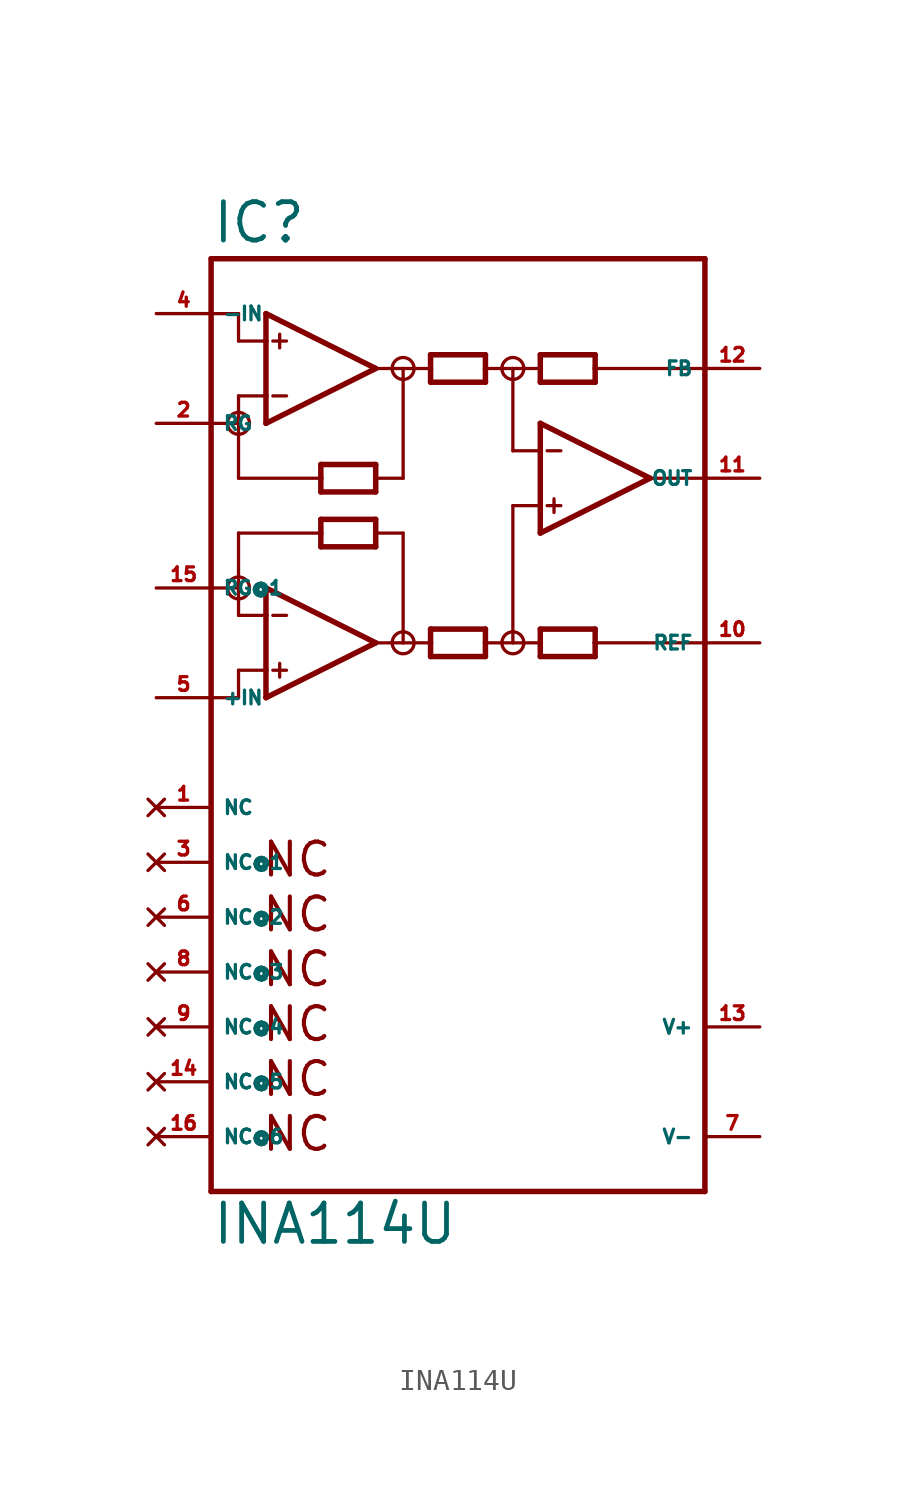
<source format=kicad_sym>
(kicad_symbol_lib
  (version 20220914)
  (generator Eagle2Kicad)
  (symbol "INA114U"
    (property "Reference" "IC"
      (at -10.16 23.495 0)
      (effects (font (size 1.778 1.778) (thickness 0.22)) (justify left bottom)))
    (property "Value" "INA114U"
      (at -10.16 -22.86 0)
      (effects (font (size 1.778 1.778) (thickness 0.22)) (justify left bottom)))
    (polyline
      (pts (xy -7.62 15.24) (xy -7.62 16.51))
      (stroke (width 0.254) (type default))
      (fill (type none)))
    (polyline
      (pts (xy -7.62 16.51) (xy -7.62 19.05))
      (stroke (width 0.254) (type default))
      (fill (type none)))
    (polyline
      (pts (xy -7.62 19.05) (xy -7.62 20.32))
      (stroke (width 0.254) (type default))
      (fill (type none)))
    (polyline
      (pts (xy -7.62 20.32) (xy -2.54 17.78))
      (stroke (width 0.254) (type default))
      (fill (type none)))
    (polyline
      (pts (xy -2.54 17.78) (xy -7.62 15.24))
      (stroke (width 0.254) (type default))
      (fill (type none)))
    (polyline
      (pts (xy -2.54 12.065) (xy -2.54 12.7))
      (stroke (width 0.254) (type default))
      (fill (type none)))
    (polyline
      (pts (xy -2.54 12.7) (xy -2.54 13.335))
      (stroke (width 0.254) (type default))
      (fill (type none)))
    (polyline
      (pts (xy -2.54 13.335) (xy -5.08 13.335))
      (stroke (width 0.254) (type default))
      (fill (type none)))
    (polyline
      (pts (xy -5.08 13.335) (xy -5.08 12.7))
      (stroke (width 0.254) (type default))
      (fill (type none)))
    (polyline
      (pts (xy -5.08 12.7) (xy -5.08 12.065))
      (stroke (width 0.254) (type default))
      (fill (type none)))
    (polyline
      (pts (xy -5.08 12.065) (xy -2.54 12.065))
      (stroke (width 0.254) (type default))
      (fill (type none)))
    (polyline
      (pts (xy 0 17.145) (xy 0 17.78))
      (stroke (width 0.254) (type default))
      (fill (type none)))
    (polyline
      (pts (xy 0 17.78) (xy 0 18.415))
      (stroke (width 0.254) (type default))
      (fill (type none)))
    (polyline
      (pts (xy 0 18.415) (xy 2.54 18.415))
      (stroke (width 0.254) (type default))
      (fill (type none)))
    (polyline
      (pts (xy 2.54 18.415) (xy 2.54 17.78))
      (stroke (width 0.254) (type default))
      (fill (type none)))
    (polyline
      (pts (xy 2.54 17.78) (xy 2.54 17.145))
      (stroke (width 0.254) (type default))
      (fill (type none)))
    (polyline
      (pts (xy 2.54 17.145) (xy 0 17.145))
      (stroke (width 0.254) (type default))
      (fill (type none)))
    (polyline
      (pts (xy -7.62 19.05) (xy -8.89 19.05))
      (stroke (width 0.152) (type default))
      (fill (type none)))
    (polyline
      (pts (xy 7.62 18.415) (xy 7.62 17.78))
      (stroke (width 0.254) (type default))
      (fill (type none)))
    (polyline
      (pts (xy 7.62 17.78) (xy 7.62 17.145))
      (stroke (width 0.254) (type default))
      (fill (type none)))
    (polyline
      (pts (xy 7.62 17.145) (xy 5.08 17.145))
      (stroke (width 0.254) (type default))
      (fill (type none)))
    (polyline
      (pts (xy 5.08 17.145) (xy 5.08 17.78))
      (stroke (width 0.254) (type default))
      (fill (type none)))
    (polyline
      (pts (xy 5.08 17.78) (xy 5.08 18.415))
      (stroke (width 0.254) (type default))
      (fill (type none)))
    (polyline
      (pts (xy 5.08 18.415) (xy 7.62 18.415))
      (stroke (width 0.254) (type default))
      (fill (type none)))
    (polyline
      (pts (xy 5.08 5.715) (xy 5.08 5.08))
      (stroke (width 0.254) (type default))
      (fill (type none)))
    (polyline
      (pts (xy 5.08 5.08) (xy 5.08 4.445))
      (stroke (width 0.254) (type default))
      (fill (type none)))
    (polyline
      (pts (xy 5.08 4.445) (xy 7.62 4.445))
      (stroke (width 0.254) (type default))
      (fill (type none)))
    (polyline
      (pts (xy 7.62 4.445) (xy 7.62 5.08))
      (stroke (width 0.254) (type default))
      (fill (type none)))
    (polyline
      (pts (xy 7.62 5.08) (xy 7.62 5.715))
      (stroke (width 0.254) (type default))
      (fill (type none)))
    (polyline
      (pts (xy 7.62 5.715) (xy 5.08 5.715))
      (stroke (width 0.254) (type default))
      (fill (type none)))
    (polyline
      (pts (xy -7.62 16.51) (xy -8.89 16.51))
      (stroke (width 0.152) (type default))
      (fill (type none)))
    (polyline
      (pts (xy -7.303 19.05) (xy -6.668 19.05))
      (stroke (width 0.152) (type default))
      (fill (type none)))
    (polyline
      (pts (xy -7.303 16.51) (xy -6.668 16.51))
      (stroke (width 0.152) (type default))
      (fill (type none)))
    (polyline
      (pts (xy -6.985 19.367) (xy -6.985 18.733))
      (stroke (width 0.152) (type default))
      (fill (type none)))
    (polyline
      (pts (xy -10.16 -20.32) (xy 12.7 -20.32))
      (stroke (width 0.254) (type default))
      (fill (type none)))
    (polyline
      (pts (xy 12.7 -20.32) (xy 12.7 5.08))
      (stroke (width 0.254) (type default))
      (fill (type none)))
    (polyline
      (pts (xy 12.7 5.08) (xy 12.7 12.7))
      (stroke (width 0.254) (type default))
      (fill (type none)))
    (polyline
      (pts (xy 12.7 12.7) (xy 12.7 17.78))
      (stroke (width 0.254) (type default))
      (fill (type none)))
    (polyline
      (pts (xy 12.7 17.78) (xy 12.7 22.86))
      (stroke (width 0.254) (type default))
      (fill (type none)))
    (polyline
      (pts (xy 12.7 22.86) (xy -10.16 22.86))
      (stroke (width 0.254) (type default))
      (fill (type none)))
    (polyline
      (pts (xy -10.16 22.86) (xy -10.16 20.32))
      (stroke (width 0.254) (type default))
      (fill (type none)))
    (polyline
      (pts (xy -10.16 20.32) (xy -10.16 15.24))
      (stroke (width 0.254) (type default))
      (fill (type none)))
    (polyline
      (pts (xy -10.16 15.24) (xy -10.16 7.62))
      (stroke (width 0.254) (type default))
      (fill (type none)))
    (polyline
      (pts (xy -10.16 7.62) (xy -10.16 2.54))
      (stroke (width 0.254) (type default))
      (fill (type none)))
    (polyline
      (pts (xy -10.16 2.54) (xy -10.16 -20.32))
      (stroke (width 0.254) (type default))
      (fill (type none)))
    (polyline
      (pts (xy -7.62 2.54) (xy -7.62 3.81))
      (stroke (width 0.254) (type default))
      (fill (type none)))
    (polyline
      (pts (xy -7.62 3.81) (xy -7.62 6.35))
      (stroke (width 0.254) (type default))
      (fill (type none)))
    (polyline
      (pts (xy -7.62 6.35) (xy -7.62 7.62))
      (stroke (width 0.254) (type default))
      (fill (type none)))
    (polyline
      (pts (xy -7.62 7.62) (xy -2.54 5.08))
      (stroke (width 0.254) (type default))
      (fill (type none)))
    (polyline
      (pts (xy -2.54 5.08) (xy -7.62 2.54))
      (stroke (width 0.254) (type default))
      (fill (type none)))
    (polyline
      (pts (xy 2.54 4.445) (xy 2.54 5.08))
      (stroke (width 0.254) (type default))
      (fill (type none)))
    (polyline
      (pts (xy 2.54 5.08) (xy 2.54 5.715))
      (stroke (width 0.254) (type default))
      (fill (type none)))
    (polyline
      (pts (xy 2.54 5.715) (xy 0 5.715))
      (stroke (width 0.254) (type default))
      (fill (type none)))
    (polyline
      (pts (xy 0 5.715) (xy 0 5.08))
      (stroke (width 0.254) (type default))
      (fill (type none)))
    (polyline
      (pts (xy 0 5.08) (xy 0 4.445))
      (stroke (width 0.254) (type default))
      (fill (type none)))
    (polyline
      (pts (xy 0 4.445) (xy 2.54 4.445))
      (stroke (width 0.254) (type default))
      (fill (type none)))
    (polyline
      (pts (xy -5.08 9.525) (xy -5.08 10.16))
      (stroke (width 0.254) (type default))
      (fill (type none)))
    (polyline
      (pts (xy -5.08 10.16) (xy -5.08 10.795))
      (stroke (width 0.254) (type default))
      (fill (type none)))
    (polyline
      (pts (xy -5.08 10.795) (xy -2.54 10.795))
      (stroke (width 0.254) (type default))
      (fill (type none)))
    (polyline
      (pts (xy -2.54 10.795) (xy -2.54 10.16))
      (stroke (width 0.254) (type default))
      (fill (type none)))
    (polyline
      (pts (xy -2.54 10.16) (xy -2.54 9.525))
      (stroke (width 0.254) (type default))
      (fill (type none)))
    (polyline
      (pts (xy -2.54 9.525) (xy -5.08 9.525))
      (stroke (width 0.254) (type default))
      (fill (type none)))
    (polyline
      (pts (xy -7.62 6.35) (xy -8.89 6.35))
      (stroke (width 0.152) (type default))
      (fill (type none)))
    (polyline
      (pts (xy -7.62 3.81) (xy -8.89 3.81))
      (stroke (width 0.152) (type default))
      (fill (type none)))
    (polyline
      (pts (xy -7.303 6.35) (xy -6.668 6.35))
      (stroke (width 0.152) (type default))
      (fill (type none)))
    (polyline
      (pts (xy -7.303 3.81) (xy -6.668 3.81))
      (stroke (width 0.152) (type default))
      (fill (type none)))
    (polyline
      (pts (xy -6.985 4.128) (xy -6.985 3.493))
      (stroke (width 0.152) (type default))
      (fill (type none)))
    (polyline
      (pts (xy -8.89 19.05) (xy -8.89 20.32))
      (stroke (width 0.152) (type default))
      (fill (type none)))
    (polyline
      (pts (xy -8.89 20.32) (xy -10.16 20.32))
      (stroke (width 0.152) (type default))
      (fill (type none)))
    (polyline
      (pts (xy -8.89 16.51) (xy -8.89 15.24))
      (stroke (width 0.152) (type default))
      (fill (type none)))
    (polyline
      (pts (xy -8.89 15.24) (xy -10.16 15.24))
      (stroke (width 0.152) (type default))
      (fill (type none)))
    (polyline
      (pts (xy 5.08 10.16) (xy 5.08 11.43))
      (stroke (width 0.254) (type default))
      (fill (type none)))
    (polyline
      (pts (xy 5.08 11.43) (xy 5.08 13.97))
      (stroke (width 0.254) (type default))
      (fill (type none)))
    (polyline
      (pts (xy 5.08 13.97) (xy 5.08 15.24))
      (stroke (width 0.254) (type default))
      (fill (type none)))
    (polyline
      (pts (xy 5.08 15.24) (xy 10.16 12.7))
      (stroke (width 0.254) (type default))
      (fill (type none)))
    (polyline
      (pts (xy 10.16 12.7) (xy 5.08 10.16))
      (stroke (width 0.254) (type default))
      (fill (type none)))
    (polyline
      (pts (xy 5.08 11.43) (xy 3.81 11.43))
      (stroke (width 0.152) (type default))
      (fill (type none)))
    (polyline
      (pts (xy 5.397 13.97) (xy 6.032 13.97))
      (stroke (width 0.152) (type default))
      (fill (type none)))
    (polyline
      (pts (xy 5.397 11.43) (xy 6.032 11.43))
      (stroke (width 0.152) (type default))
      (fill (type none)))
    (polyline
      (pts (xy 5.715 11.748) (xy 5.715 11.113))
      (stroke (width 0.152) (type default))
      (fill (type none)))
    (polyline
      (pts (xy -2.54 17.78) (xy -1.27 17.78))
      (stroke (width 0.152) (type default))
      (fill (type none)))
    (polyline
      (pts (xy -1.27 17.78) (xy 0 17.78))
      (stroke (width 0.152) (type default))
      (fill (type none)))
    (polyline
      (pts (xy 2.54 17.78) (xy 3.81 17.78))
      (stroke (width 0.152) (type default))
      (fill (type none)))
    (polyline
      (pts (xy 3.81 17.78) (xy 5.08 17.78))
      (stroke (width 0.152) (type default))
      (fill (type none)))
    (polyline
      (pts (xy 10.16 12.7) (xy 12.7 12.7))
      (stroke (width 0.152) (type default))
      (fill (type none)))
    (polyline
      (pts (xy -8.89 15.24) (xy -8.89 12.7))
      (stroke (width 0.152) (type default))
      (fill (type none)))
    (polyline
      (pts (xy -8.89 12.7) (xy -5.08 12.7))
      (stroke (width 0.152) (type default))
      (fill (type none)))
    (polyline
      (pts (xy -1.27 17.78) (xy -1.27 12.7))
      (stroke (width 0.152) (type default))
      (fill (type none)))
    (polyline
      (pts (xy -1.27 12.7) (xy -2.54 12.7))
      (stroke (width 0.152) (type default))
      (fill (type none)))
    (polyline
      (pts (xy 3.81 17.78) (xy 3.81 13.97))
      (stroke (width 0.152) (type default))
      (fill (type none)))
    (polyline
      (pts (xy 3.81 13.97) (xy 5.08 13.97))
      (stroke (width 0.152) (type default))
      (fill (type none)))
    (polyline
      (pts (xy -5.08 10.16) (xy -8.89 10.16))
      (stroke (width 0.152) (type default))
      (fill (type none)))
    (polyline
      (pts (xy -8.89 10.16) (xy -8.89 7.62))
      (stroke (width 0.152) (type default))
      (fill (type none)))
    (polyline
      (pts (xy -8.89 7.62) (xy -8.89 6.35))
      (stroke (width 0.152) (type default))
      (fill (type none)))
    (polyline
      (pts (xy -2.54 10.16) (xy -1.27 10.16))
      (stroke (width 0.152) (type default))
      (fill (type none)))
    (polyline
      (pts (xy -1.27 10.16) (xy -1.27 5.08))
      (stroke (width 0.152) (type default))
      (fill (type none)))
    (polyline
      (pts (xy -1.27 5.08) (xy -2.54 5.08))
      (stroke (width 0.152) (type default))
      (fill (type none)))
    (polyline
      (pts (xy -1.27 5.08) (xy 0 5.08))
      (stroke (width 0.152) (type default))
      (fill (type none)))
    (polyline
      (pts (xy 2.54 5.08) (xy 3.81 5.08))
      (stroke (width 0.152) (type default))
      (fill (type none)))
    (polyline
      (pts (xy 3.81 5.08) (xy 5.08 5.08))
      (stroke (width 0.152) (type default))
      (fill (type none)))
    (polyline
      (pts (xy -8.89 3.81) (xy -8.89 2.54))
      (stroke (width 0.152) (type default))
      (fill (type none)))
    (polyline
      (pts (xy -8.89 2.54) (xy -10.16 2.54))
      (stroke (width 0.152) (type default))
      (fill (type none)))
    (polyline
      (pts (xy -10.16 7.62) (xy -8.89 7.62))
      (stroke (width 0.152) (type default))
      (fill (type none)))
    (polyline
      (pts (xy 3.81 11.43) (xy 3.81 5.08))
      (stroke (width 0.152) (type default))
      (fill (type none)))
    (polyline
      (pts (xy 7.62 5.08) (xy 12.7 5.08))
      (stroke (width 0.152) (type default))
      (fill (type none)))
    (polyline
      (pts (xy 12.7 17.78) (xy 7.62 17.78))
      (stroke (width 0.152) (type default))
      (fill (type none)))
    (text "NC"
      (at -7.874 -5.842 0)
      (effects (font (size 1.524 1.524) (thickness 0.19)) (justify left bottom)))
    (text "NC"
      (at -7.874 -8.382 0)
      (effects (font (size 1.524 1.524) (thickness 0.19)) (justify left bottom)))
    (text "NC"
      (at -7.874 -10.922 0)
      (effects (font (size 1.524 1.524) (thickness 0.19)) (justify left bottom)))
    (text "NC"
      (at -7.874 -13.462 0)
      (effects (font (size 1.524 1.524) (thickness 0.19)) (justify left bottom)))
    (text "NC"
      (at -7.874 -16.002 0)
      (effects (font (size 1.524 1.524) (thickness 0.19)) (justify left bottom)))
    (text "NC"
      (at -7.874 -18.542 0)
      (effects (font (size 1.524 1.524) (thickness 0.19)) (justify left bottom)))
    (circle
      (center 3.81 17.78)
      (radius 0.508)
      (stroke (width 0) (type default))
      (fill (type none)))
    (circle
      (center -1.27 17.78)
      (radius 0.508)
      (stroke (width 0) (type default))
      (fill (type none)))
    (circle
      (center 3.81 5.08)
      (radius 0.508)
      (stroke (width 0) (type default))
      (fill (type none)))
    (circle
      (center -1.27 5.08)
      (radius 0.508)
      (stroke (width 0) (type default))
      (fill (type none)))
    (circle
      (center -8.89 7.62)
      (radius 0.508)
      (stroke (width 0) (type default))
      (fill (type none)))
    (circle
      (center -8.89 15.24)
      (radius 0.508)
      (stroke (width 0) (type default))
      (fill (type none)))
    (pin input line
      (at -12.7 20.32 0)
      (length 2.54)
      (name "-IN" (effects (font (size 0.635 0.635) (thickness 0.08)) (justify left bottom)))
      (number "4" (effects (font (size 0.635 0.635) (thickness 0.08)) (justify left bottom))))
    (pin passive line
      (at -12.7 15.24 0)
      (length 2.54)
      (name "RG" (effects (font (size 0.635 0.635) (thickness 0.08)) (justify left bottom)))
      (number "2" (effects (font (size 0.635 0.635) (thickness 0.08)) (justify left bottom))))
    (pin output line
      (at 15.24 12.7 180)
      (length 2.54)
      (name "OUT" (effects (font (size 0.635 0.635) (thickness 0.08)) (justify left bottom)))
      (number "11" (effects (font (size 0.635 0.635) (thickness 0.08)) (justify left bottom))))
    (pin unspecified line
      (at 15.24 -12.7 180)
      (length 2.54)
      (name "V+" (effects (font (size 0.635 0.635) (thickness 0.08)) (justify left bottom)))
      (number "13" (effects (font (size 0.635 0.635) (thickness 0.08)) (justify left bottom))))
    (pin unspecified line
      (at 15.24 -17.78 180)
      (length 2.54)
      (name "V-" (effects (font (size 0.635 0.635) (thickness 0.08)) (justify left bottom)))
      (number "7" (effects (font (size 0.635 0.635) (thickness 0.08)) (justify left bottom))))
    (pin passive line
      (at -12.7 7.62 0)
      (length 2.54)
      (name "RG@1" (effects (font (size 0.635 0.635) (thickness 0.08)) (justify left bottom)))
      (number "15" (effects (font (size 0.635 0.635) (thickness 0.08)) (justify left bottom))))
    (pin input line
      (at -12.7 2.54 0)
      (length 2.54)
      (name "+IN" (effects (font (size 0.635 0.635) (thickness 0.08)) (justify left bottom)))
      (number "5" (effects (font (size 0.635 0.635) (thickness 0.08)) (justify left bottom))))
    (pin passive line
      (at 15.24 5.08 180)
      (length 2.54)
      (name "REF" (effects (font (size 0.635 0.635) (thickness 0.08)) (justify left bottom)))
      (number "10" (effects (font (size 0.635 0.635) (thickness 0.08)) (justify left bottom))))
    (pin no_connect line
      (at -12.7 -2.54 0)
      (length 2.54)
      (name "NC" (effects (font (size 0.635 0.635) (thickness 0.08)) (justify left bottom) hide))
      (number "1" (effects (font (size 0.635 0.635) (thickness 0.08)) (justify left bottom) hide)))
    (pin no_connect line
      (at -12.7 -5.08 0)
      (length 2.54)
      (name "NC@1" (effects (font (size 0.635 0.635) (thickness 0.08)) (justify left bottom) hide))
      (number "3" (effects (font (size 0.635 0.635) (thickness 0.08)) (justify left bottom) hide)))
    (pin no_connect line
      (at -12.7 -7.62 0)
      (length 2.54)
      (name "NC@2" (effects (font (size 0.635 0.635) (thickness 0.08)) (justify left bottom) hide))
      (number "6" (effects (font (size 0.635 0.635) (thickness 0.08)) (justify left bottom) hide)))
    (pin no_connect line
      (at -12.7 -10.16 0)
      (length 2.54)
      (name "NC@3" (effects (font (size 0.635 0.635) (thickness 0.08)) (justify left bottom) hide))
      (number "8" (effects (font (size 0.635 0.635) (thickness 0.08)) (justify left bottom) hide)))
    (pin no_connect line
      (at -12.7 -12.7 0)
      (length 2.54)
      (name "NC@4" (effects (font (size 0.635 0.635) (thickness 0.08)) (justify left bottom) hide))
      (number "9" (effects (font (size 0.635 0.635) (thickness 0.08)) (justify left bottom) hide)))
    (pin no_connect line
      (at -12.7 -15.24 0)
      (length 2.54)
      (name "NC@5" (effects (font (size 0.635 0.635) (thickness 0.08)) (justify left bottom) hide))
      (number "14" (effects (font (size 0.635 0.635) (thickness 0.08)) (justify left bottom) hide)))
    (pin no_connect line
      (at -12.7 -17.78 0)
      (length 2.54)
      (name "NC@6" (effects (font (size 0.635 0.635) (thickness 0.08)) (justify left bottom) hide))
      (number "16" (effects (font (size 0.635 0.635) (thickness 0.08)) (justify left bottom) hide)))
    (pin passive line
      (at 15.24 17.78 180)
      (length 2.54)
      (name "FB" (effects (font (size 0.635 0.635) (thickness 0.08)) (justify left bottom)))
      (number "12" (effects (font (size 0.635 0.635) (thickness 0.08)) (justify left bottom))))))
</source>
